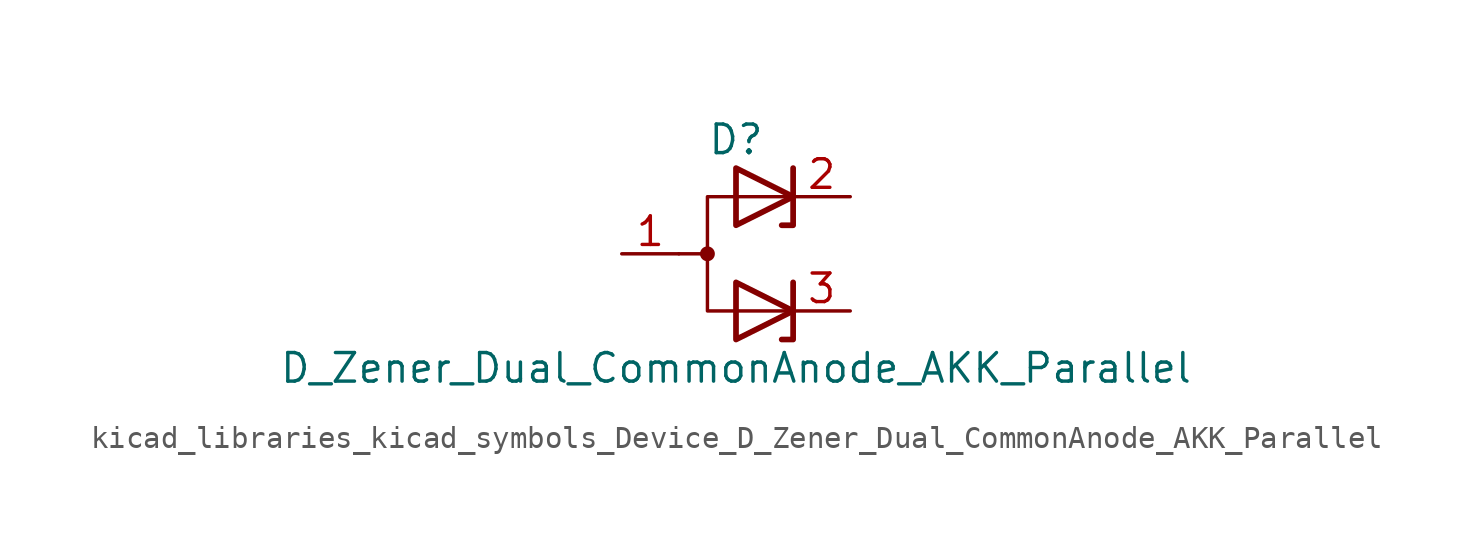
<source format=kicad_sym>
(kicad_symbol_lib
  (version 20220914)
  (generator kicad_symbol_editor)
  (symbol "kicad_libraries_kicad_symbols_Device_D_Zener_Dual_CommonAnode_AKK_Parallel"
    (pin_names
      (offset 0.762) hide)
    (property "Reference" "D"
      (at 0 5.08 0)
      (effects (font (size 1.27 1.27))))
    (property "Value" "D_Zener_Dual_CommonAnode_AKK_Parallel"
      (at 0 -5.08 0)
      (effects (font (size 1.27 1.27))))
    (symbol "kicad_libraries_kicad_symbols_Device_D_Zener_Dual_CommonAnode_AKK_Parallel_0_0"
      (polyline (pts (xy 2.032 1.27) (xy 2.54 1.27) (xy 2.54 3.81)) (stroke (width 0.254) (type default)) (fill (type none)))
      (polyline (pts (xy 2.54 -1.27) (xy 2.54 -3.81) (xy 2.032 -3.81)) (stroke (width 0.254) (type default)) (fill (type none))))
    (symbol "kicad_libraries_kicad_symbols_Device_D_Zener_Dual_CommonAnode_AKK_Parallel_0_1"
      (circle (center -1.27 0) (radius 0.254) (stroke (width 0) (type default)) (fill (type outline)))
      (polyline (pts (xy -1.27 0) (xy -2.54 0)) (stroke (width 0) (type default)) (fill (type none)))
      (polyline (pts (xy 2.54 2.54) (xy -1.27 2.54) (xy -1.27 -2.54) (xy 2.54 -2.54)) (stroke (width 0) (type default)) (fill (type none)))
      (polyline (pts (xy 0 -1.27) (xy 2.54 -2.54) (xy 0 -3.81) (xy 0 -1.27) (xy 0 -1.27) (xy 0 -1.27)) (stroke (width 0.254) (type default)) (fill (type none)))
      (polyline (pts (xy 0 3.81) (xy 2.54 2.54) (xy 0 1.27) (xy 0 3.81) (xy 0 3.81) (xy 0 3.81)) (stroke (width 0.254) (type default)) (fill (type none)))
      (pin passive line (at -5.08 0 0) (length 2.54) (name "A" (effects (font (size 1.27 1.27)))) (number "1" (effects (font (size 1.27 1.27)))))
      (pin passive line (at 5.08 2.54 180) (length 2.54) (name "K" (effects (font (size 1.27 1.27)))) (number "2" (effects (font (size 1.27 1.27)))))
      (pin passive line (at 5.08 -2.54 180) (length 2.54) (name "K" (effects (font (size 1.27 1.27)))) (number "3" (effects (font (size 1.27 1.27))))))))
</source>
